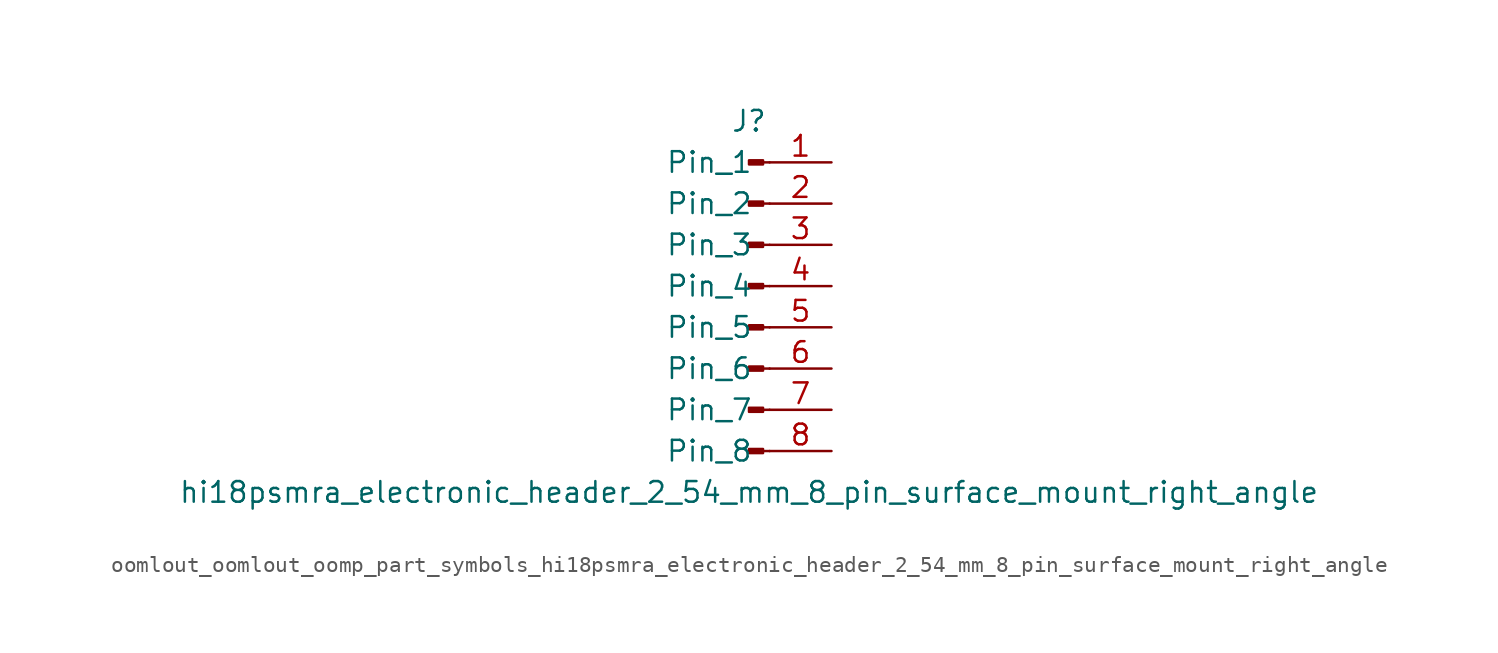
<source format=kicad_sym>
(kicad_symbol_lib
  (version 20220914)
  (generator kicad_symbol_editor)
  (symbol "oomlout_oomlout_oomp_part_symbols_hi18psmra_electronic_header_2_54_mm_8_pin_surface_mount_right_angle"
    (pin_names
      (offset 1.016))
    (property "Reference" "J"
      (at 0 10.16 0)
      (effects (font (size 1.27 1.27))))
    (property "Value" "hi18psmra_electronic_header_2_54_mm_8_pin_surface_mount_right_angle"
      (at 0 -12.7 0)
      (effects (font (size 1.27 1.27))))
    (property "ki_locked" ""
      (at 0 0 0)
      (effects (font (size 1.27 1.27))))
    (symbol "oomlout_oomlout_oomp_part_symbols_hi18psmra_electronic_header_2_54_mm_8_pin_surface_mount_right_angle_1_1"
      (polyline (pts (xy 1.27 -10.16) (xy 0.864 -10.16)) (stroke (width 0.152) (type default)) (fill (type none)))
      (polyline (pts (xy 1.27 -7.62) (xy 0.864 -7.62)) (stroke (width 0.152) (type default)) (fill (type none)))
      (polyline (pts (xy 1.27 -5.08) (xy 0.864 -5.08)) (stroke (width 0.152) (type default)) (fill (type none)))
      (polyline (pts (xy 1.27 -2.54) (xy 0.864 -2.54)) (stroke (width 0.152) (type default)) (fill (type none)))
      (polyline (pts (xy 1.27 0) (xy 0.864 0)) (stroke (width 0.152) (type default)) (fill (type none)))
      (polyline (pts (xy 1.27 2.54) (xy 0.864 2.54)) (stroke (width 0.152) (type default)) (fill (type none)))
      (polyline (pts (xy 1.27 5.08) (xy 0.864 5.08)) (stroke (width 0.152) (type default)) (fill (type none)))
      (polyline (pts (xy 1.27 7.62) (xy 0.864 7.62)) (stroke (width 0.152) (type default)) (fill (type none)))
      (rectangle (start 0.864 -10.033) (end 0 -10.287) (stroke (width 0.152) (type default)) (fill (type outline)))
      (rectangle (start 0.864 -7.493) (end 0 -7.747) (stroke (width 0.152) (type default)) (fill (type outline)))
      (rectangle (start 0.864 -4.953) (end 0 -5.207) (stroke (width 0.152) (type default)) (fill (type outline)))
      (rectangle (start 0.864 -2.413) (end 0 -2.667) (stroke (width 0.152) (type default)) (fill (type outline)))
      (rectangle (start 0.864 0.127) (end 0 -0.127) (stroke (width 0.152) (type default)) (fill (type outline)))
      (rectangle (start 0.864 2.667) (end 0 2.413) (stroke (width 0.152) (type default)) (fill (type outline)))
      (rectangle (start 0.864 5.207) (end 0 4.953) (stroke (width 0.152) (type default)) (fill (type outline)))
      (rectangle (start 0.864 7.747) (end 0 7.493) (stroke (width 0.152) (type default)) (fill (type outline)))
      (pin passive line (at 5.08 7.62 180) (length 3.81) (name "Pin_1" (effects (font (size 1.27 1.27)))) (number "1" (effects (font (size 1.27 1.27)))))
      (pin passive line (at 5.08 5.08 180) (length 3.81) (name "Pin_2" (effects (font (size 1.27 1.27)))) (number "2" (effects (font (size 1.27 1.27)))))
      (pin passive line (at 5.08 2.54 180) (length 3.81) (name "Pin_3" (effects (font (size 1.27 1.27)))) (number "3" (effects (font (size 1.27 1.27)))))
      (pin passive line (at 5.08 0 180) (length 3.81) (name "Pin_4" (effects (font (size 1.27 1.27)))) (number "4" (effects (font (size 1.27 1.27)))))
      (pin passive line (at 5.08 -2.54 180) (length 3.81) (name "Pin_5" (effects (font (size 1.27 1.27)))) (number "5" (effects (font (size 1.27 1.27)))))
      (pin passive line (at 5.08 -5.08 180) (length 3.81) (name "Pin_6" (effects (font (size 1.27 1.27)))) (number "6" (effects (font (size 1.27 1.27)))))
      (pin passive line (at 5.08 -7.62 180) (length 3.81) (name "Pin_7" (effects (font (size 1.27 1.27)))) (number "7" (effects (font (size 1.27 1.27)))))
      (pin passive line (at 5.08 -10.16 180) (length 3.81) (name "Pin_8" (effects (font (size 1.27 1.27)))) (number "8" (effects (font (size 1.27 1.27))))))))
</source>
